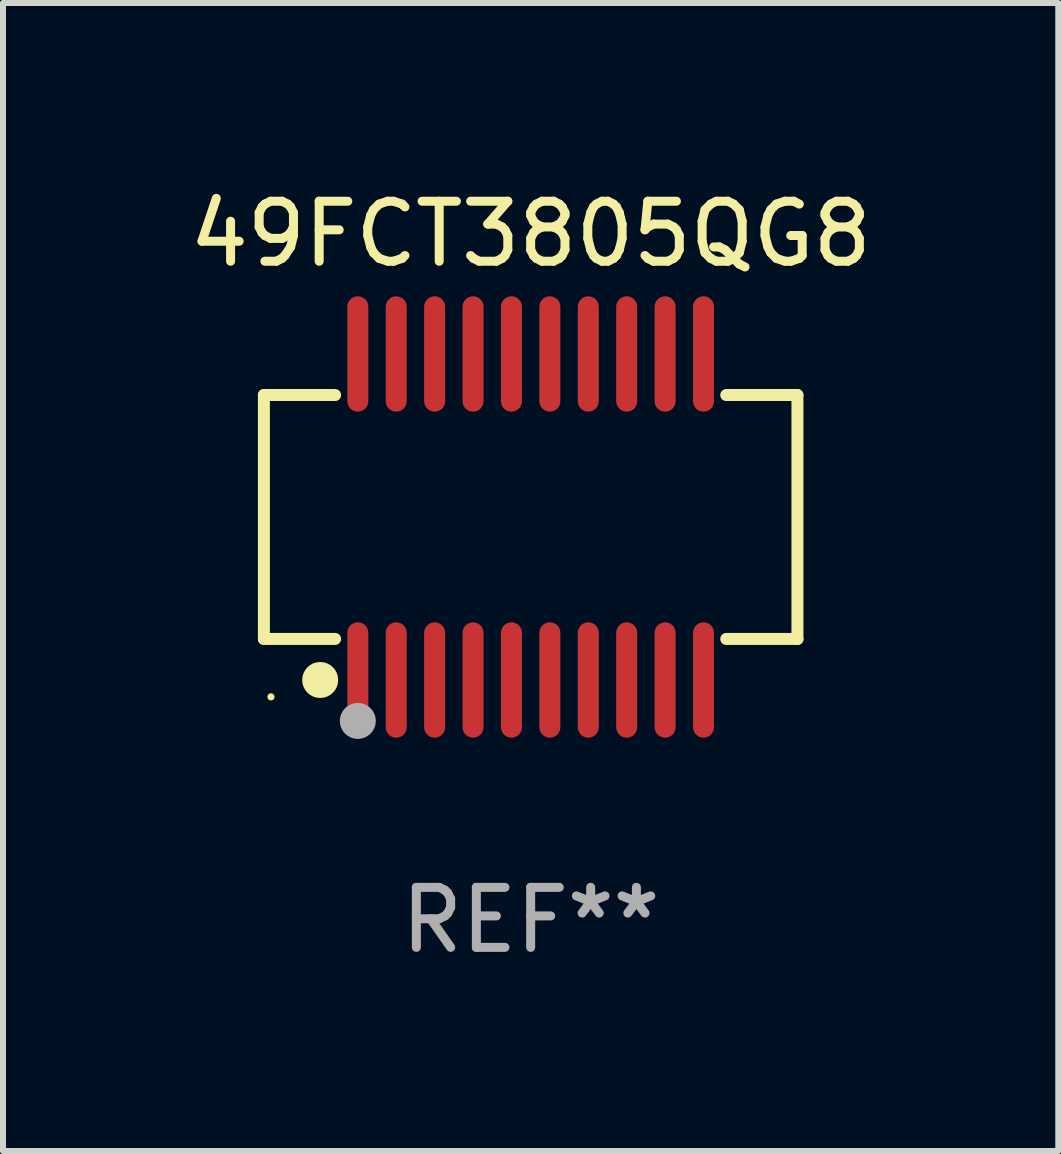
<source format=kicad_pcb>
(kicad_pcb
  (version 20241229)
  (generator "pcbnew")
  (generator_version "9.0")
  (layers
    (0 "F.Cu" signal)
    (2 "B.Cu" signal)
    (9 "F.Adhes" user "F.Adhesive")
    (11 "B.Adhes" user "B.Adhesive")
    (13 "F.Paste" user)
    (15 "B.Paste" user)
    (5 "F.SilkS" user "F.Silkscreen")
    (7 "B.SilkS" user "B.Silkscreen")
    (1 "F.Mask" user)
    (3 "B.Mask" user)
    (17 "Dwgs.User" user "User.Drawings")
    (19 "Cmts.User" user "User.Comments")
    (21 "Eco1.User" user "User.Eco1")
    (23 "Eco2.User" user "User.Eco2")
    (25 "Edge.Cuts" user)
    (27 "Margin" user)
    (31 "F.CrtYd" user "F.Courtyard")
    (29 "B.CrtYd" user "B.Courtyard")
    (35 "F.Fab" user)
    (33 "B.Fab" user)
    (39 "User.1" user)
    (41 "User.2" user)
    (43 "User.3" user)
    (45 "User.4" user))
  (footprint "49FCT3805QG8"
    (layer "F.Cu")
    (at 5.792 5.564)
    (property "Reference" "49FCT3805QG8" (at 0 -4.716 0) (layer "F.SilkS") (effects (font (size 1 1) (thickness 0.15))))
    (attr through_hole)
    (fp_line (start -4.445 -2.032) (end -4.445 2.032) (stroke (width 0.2) (type solid)) (layer "F.SilkS"))
    (fp_line (start -4.445 2.032) (end -3.259 2.032) (stroke (width 0.2) (type solid)) (layer "F.SilkS"))
    (fp_line (start -3.429 -2.032) (end -4.445 -2.032) (stroke (width 0.2) (type solid)) (layer "F.SilkS"))
    (fp_line (start -3.259 -2.032) (end -3.429 -2.032) (stroke (width 0.2) (type solid)) (layer "F.SilkS"))
    (fp_line (start 3.259 2.032) (end 4.445 2.032) (stroke (width 0.2) (type solid)) (layer "F.SilkS"))
    (fp_line (start 4.445 -2.032) (end 3.259 -2.032) (stroke (width 0.2) (type solid)) (layer "F.SilkS"))
    (fp_line (start 4.445 2.032) (end 4.445 -2.032) (stroke (width 0.2) (type solid)) (layer "F.SilkS"))
    (fp_circle (center -4.327 2.997) (end -4.297 2.997) (stroke (width 0.06) (type solid)) (fill no) (layer "F.SilkS"))
    (fp_circle (center -3.507 2.716) (end -3.357 2.716) (stroke (width 0.3) (type solid)) (fill no) (layer "F.SilkS"))
    (fp_circle (center -2.88 3.398) (end -2.73 3.398) (stroke (width 0.3) (type solid)) (fill no) (layer "F.Fab"))
    (fp_text user "REF**" (at 0 6.716 0) (layer "F.Fab") (effects (font (size 1 1) (thickness 0.15))))
    (pad "1" smd oval (at -2.88 2.716) (size 0.35 1.922) (layers "F.Cu" "F.Mask" "F.Paste"))
    (pad "2" smd oval (at -2.24 2.716) (size 0.35 1.922) (layers "F.Cu" "F.Mask" "F.Paste"))
    (pad "3" smd oval (at -1.6 2.716) (size 0.35 1.922) (layers "F.Cu" "F.Mask" "F.Paste"))
    (pad "4" smd oval (at -0.96 2.716) (size 0.35 1.922) (layers "F.Cu" "F.Mask" "F.Paste"))
    (pad "5" smd oval (at -0.32 2.716) (size 0.35 1.922) (layers "F.Cu" "F.Mask" "F.Paste"))
    (pad "6" smd oval (at 0.32 2.716) (size 0.35 1.922) (layers "F.Cu" "F.Mask" "F.Paste"))
    (pad "7" smd oval (at 0.96 2.716) (size 0.35 1.922) (layers "F.Cu" "F.Mask" "F.Paste"))
    (pad "8" smd oval (at 1.6 2.716) (size 0.35 1.922) (layers "F.Cu" "F.Mask" "F.Paste"))
    (pad "9" smd oval (at 2.24 2.716) (size 0.35 1.922) (layers "F.Cu" "F.Mask" "F.Paste"))
    (pad "10" smd oval (at 2.88 2.716) (size 0.35 1.922) (layers "F.Cu" "F.Mask" "F.Paste"))
    (pad "11" smd oval (at 2.88 -2.716) (size 0.35 1.922) (layers "F.Cu" "F.Mask" "F.Paste"))
    (pad "12" smd oval (at 2.24 -2.716) (size 0.35 1.922) (layers "F.Cu" "F.Mask" "F.Paste"))
    (pad "13" smd oval (at 1.6 -2.716) (size 0.35 1.922) (layers "F.Cu" "F.Mask" "F.Paste"))
    (pad "14" smd oval (at 0.96 -2.716) (size 0.35 1.922) (layers "F.Cu" "F.Mask" "F.Paste"))
    (pad "15" smd oval (at 0.32 -2.716) (size 0.35 1.922) (layers "F.Cu" "F.Mask" "F.Paste"))
    (pad "16" smd oval (at -0.32 -2.716) (size 0.35 1.922) (layers "F.Cu" "F.Mask" "F.Paste"))
    (pad "17" smd oval (at -0.96 -2.716) (size 0.35 1.922) (layers "F.Cu" "F.Mask" "F.Paste"))
    (pad "18" smd oval (at -1.6 -2.716) (size 0.35 1.922) (layers "F.Cu" "F.Mask" "F.Paste"))
    (pad "19" smd oval (at -2.24 -2.716) (size 0.35 1.922) (layers "F.Cu" "F.Mask" "F.Paste"))
    (pad "20" smd oval (at -2.88 -2.716) (size 0.35 1.922) (layers "F.Cu" "F.Mask" "F.Paste")))
  (gr_rect
    (start -3 -3)
    (end 14.583 16.128)
    (stroke (width 0.1) (type default))
    (fill no)
    (layer "Edge.Cuts")))
</source>
